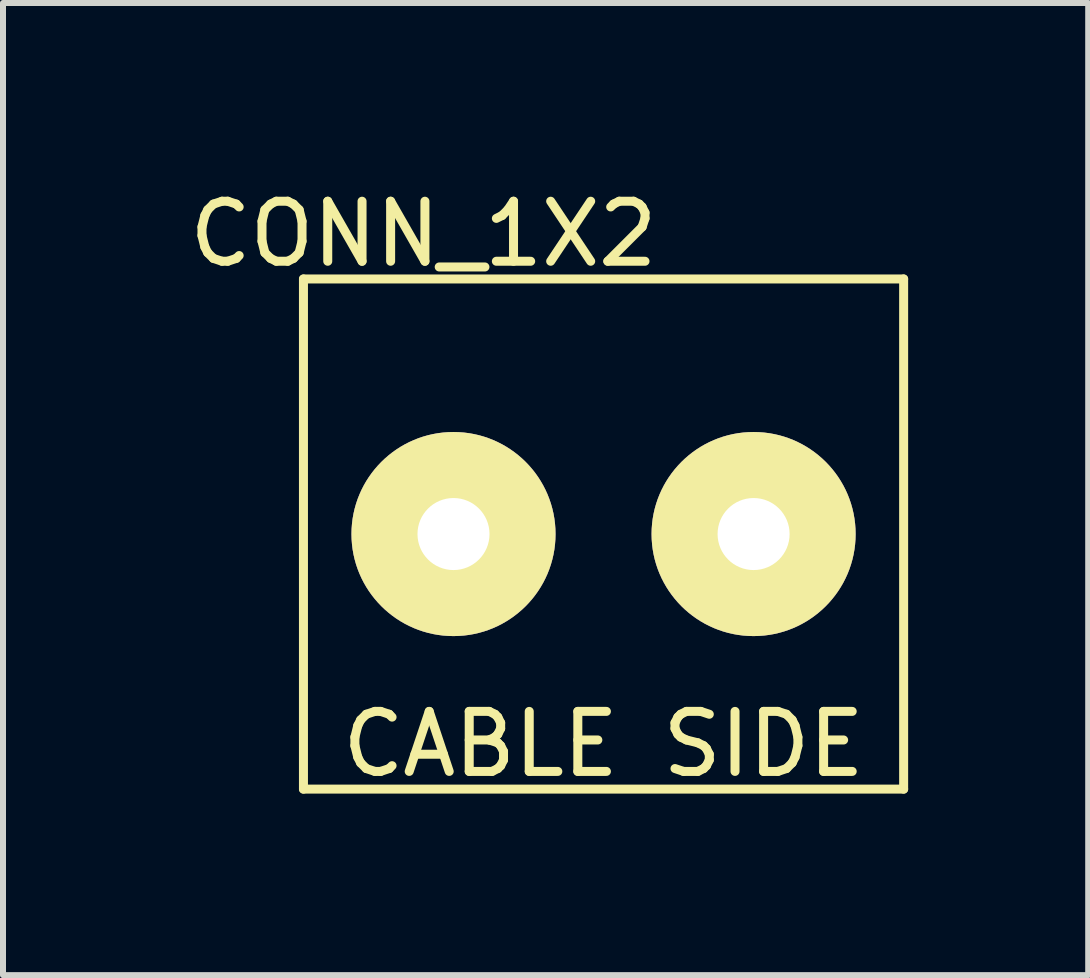
<source format=kicad_pcb>
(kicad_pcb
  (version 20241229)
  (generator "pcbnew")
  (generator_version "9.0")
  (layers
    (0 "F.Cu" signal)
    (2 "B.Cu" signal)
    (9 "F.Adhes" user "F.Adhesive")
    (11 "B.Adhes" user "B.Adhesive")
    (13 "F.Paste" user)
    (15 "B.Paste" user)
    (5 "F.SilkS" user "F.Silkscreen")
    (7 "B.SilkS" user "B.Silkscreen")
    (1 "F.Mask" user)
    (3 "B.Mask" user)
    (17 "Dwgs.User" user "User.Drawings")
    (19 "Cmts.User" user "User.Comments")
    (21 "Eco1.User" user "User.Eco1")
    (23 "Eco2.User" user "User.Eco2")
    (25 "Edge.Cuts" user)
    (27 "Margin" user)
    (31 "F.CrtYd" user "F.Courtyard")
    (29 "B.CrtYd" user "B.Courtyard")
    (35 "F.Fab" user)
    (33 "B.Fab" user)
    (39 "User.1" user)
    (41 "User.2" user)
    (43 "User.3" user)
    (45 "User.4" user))
  (footprint "CONN_1X2"
    (layer "F.Cu")
    (at 7.006 5.848)
    (property "Reference" "CONN_1X2" (at -3 -5 0) (layer "F.SilkS") (effects (font (size 1 1) (thickness 0.15))))
    (attr through_hole)
    (fp_line (start -5 -4.25) (end 5 -4.25) (stroke (width 0.15) (type solid)) (layer "F.SilkS"))
    (fp_line (start -5 4.25) (end -5 -4.25) (stroke (width 0.15) (type solid)) (layer "F.SilkS"))
    (fp_line (start 5 -4.25) (end 5 4.25) (stroke (width 0.15) (type solid)) (layer "F.SilkS"))
    (fp_line (start 5 4.25) (end -5 4.25) (stroke (width 0.15) (type solid)) (layer "F.SilkS"))
    (fp_text user "CABLE SIDE" (at 0 3.5 0) (layer "F.SilkS") (effects (font (size 1 1) (thickness 0.15))))
    (pad "1" thru_hole circle (at -2.5 0) (size 3.4 3.4) (drill 1.2) (layers "*.Cu" "*.Mask" "F.SilkS"))
    (pad "2" thru_hole circle (at 2.5 0) (size 3.4 3.4) (drill 1.2) (layers "*.Cu" "*.Mask" "F.SilkS")))
  (gr_rect
    (start -3 -3)
    (end 15.081 13.197)
    (stroke (width 0.1) (type default))
    (fill no)
    (layer "Edge.Cuts")))
</source>
